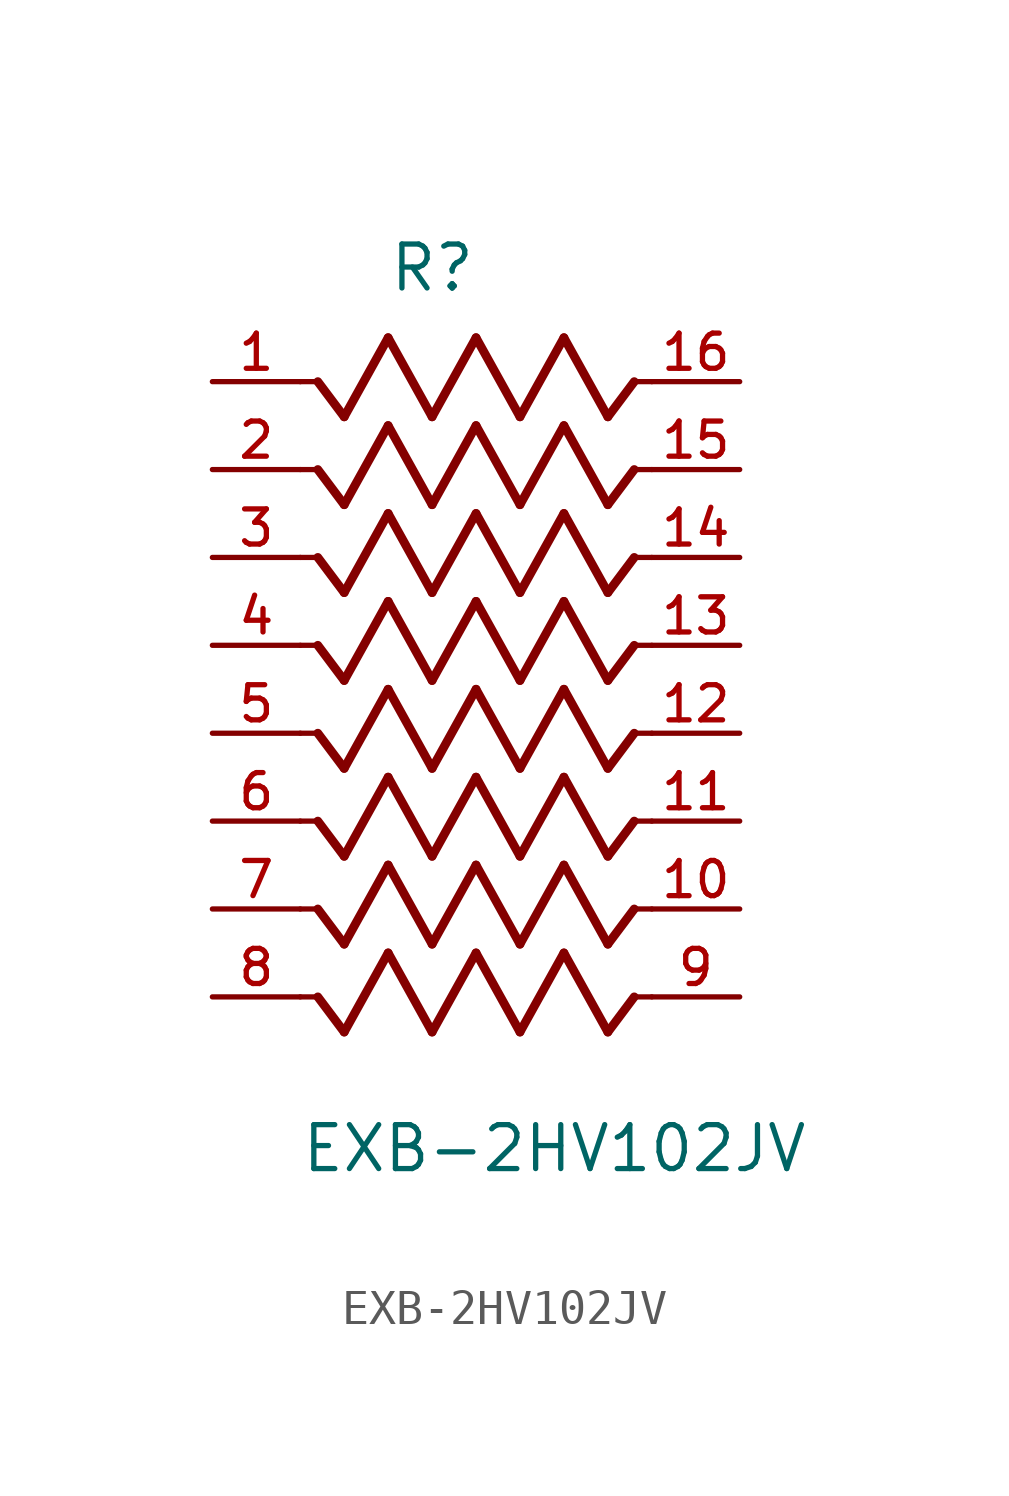
<source format=kicad_sym>
(kicad_symbol_lib
  (version 20211014)
  (generator kicad_symbol_editor)
  (symbol "EXB-2HV102JV"
    (pin_names
      (offset 1.016))
    (property "Reference" "R"
      (at -2.544 2.544 0)
      (effects (font (size 1.27 1.27)) (justify bottom left)))
    (property "Value" "EXB-2HV102JV"
      (at -5.09 -22.905 0)
      (effects (font (size 1.27 1.27)) (justify bottom left)))
    (symbol "EXB-2HV102JV_0_0"
      (polyline (pts (xy 5.08 0.0) (xy 4.572 0.0)) (stroke (width 0.152)))
      (polyline (pts (xy 4.572 0.0) (xy 3.81 -1.016)) (stroke (width 0.254)))
      (polyline (pts (xy 3.81 -1.016) (xy 2.54 1.27)) (stroke (width 0.254)))
      (polyline (pts (xy 2.54 1.27) (xy 1.27 -1.016)) (stroke (width 0.254)))
      (polyline (pts (xy 1.27 -1.016) (xy 0.0 1.27)) (stroke (width 0.254)))
      (polyline (pts (xy 0.0 1.27) (xy -1.27 -1.016)) (stroke (width 0.254)))
      (polyline (pts (xy -1.27 -1.016) (xy -2.54 1.27)) (stroke (width 0.254)))
      (polyline (pts (xy -2.54 1.27) (xy -3.81 -1.016)) (stroke (width 0.254)))
      (polyline (pts (xy -3.81 -1.016) (xy -4.572 0.0)) (stroke (width 0.254)))
      (polyline (pts (xy -4.572 0.0) (xy -5.08 0.0)) (stroke (width 0.152)))
      (polyline (pts (xy 5.08 -2.54) (xy 4.572 -2.54)) (stroke (width 0.152)))
      (polyline (pts (xy 4.572 -2.54) (xy 3.81 -3.556)) (stroke (width 0.254)))
      (polyline (pts (xy 3.81 -3.556) (xy 2.54 -1.27)) (stroke (width 0.254)))
      (polyline (pts (xy 2.54 -1.27) (xy 1.27 -3.556)) (stroke (width 0.254)))
      (polyline (pts (xy 1.27 -3.556) (xy 0.0 -1.27)) (stroke (width 0.254)))
      (polyline (pts (xy 0.0 -1.27) (xy -1.27 -3.556)) (stroke (width 0.254)))
      (polyline (pts (xy -1.27 -3.556) (xy -2.54 -1.27)) (stroke (width 0.254)))
      (polyline (pts (xy -2.54 -1.27) (xy -3.81 -3.556)) (stroke (width 0.254)))
      (polyline (pts (xy -3.81 -3.556) (xy -4.572 -2.54)) (stroke (width 0.254)))
      (polyline (pts (xy -4.572 -2.54) (xy -5.08 -2.54)) (stroke (width 0.152)))
      (polyline (pts (xy 5.08 -5.08) (xy 4.572 -5.08)) (stroke (width 0.152)))
      (polyline (pts (xy 4.572 -5.08) (xy 3.81 -6.096)) (stroke (width 0.254)))
      (polyline (pts (xy 3.81 -6.096) (xy 2.54 -3.81)) (stroke (width 0.254)))
      (polyline (pts (xy 2.54 -3.81) (xy 1.27 -6.096)) (stroke (width 0.254)))
      (polyline (pts (xy 1.27 -6.096) (xy 0.0 -3.81)) (stroke (width 0.254)))
      (polyline (pts (xy 0.0 -3.81) (xy -1.27 -6.096)) (stroke (width 0.254)))
      (polyline (pts (xy -1.27 -6.096) (xy -2.54 -3.81)) (stroke (width 0.254)))
      (polyline (pts (xy -2.54 -3.81) (xy -3.81 -6.096)) (stroke (width 0.254)))
      (polyline (pts (xy -3.81 -6.096) (xy -4.572 -5.08)) (stroke (width 0.254)))
      (polyline (pts (xy -4.572 -5.08) (xy -5.08 -5.08)) (stroke (width 0.152)))
      (polyline (pts (xy 5.08 -7.62) (xy 4.572 -7.62)) (stroke (width 0.152)))
      (polyline (pts (xy 4.572 -7.62) (xy 3.81 -8.636)) (stroke (width 0.254)))
      (polyline (pts (xy 3.81 -8.636) (xy 2.54 -6.35)) (stroke (width 0.254)))
      (polyline (pts (xy 2.54 -6.35) (xy 1.27 -8.636)) (stroke (width 0.254)))
      (polyline (pts (xy 1.27 -8.636) (xy 0.0 -6.35)) (stroke (width 0.254)))
      (polyline (pts (xy 0.0 -6.35) (xy -1.27 -8.636)) (stroke (width 0.254)))
      (polyline (pts (xy -1.27 -8.636) (xy -2.54 -6.35)) (stroke (width 0.254)))
      (polyline (pts (xy -2.54 -6.35) (xy -3.81 -8.636)) (stroke (width 0.254)))
      (polyline (pts (xy -3.81 -8.636) (xy -4.572 -7.62)) (stroke (width 0.254)))
      (polyline (pts (xy -4.572 -7.62) (xy -5.08 -7.62)) (stroke (width 0.152)))
      (polyline (pts (xy 5.08 -10.16) (xy 4.572 -10.16)) (stroke (width 0.152)))
      (polyline (pts (xy 4.572 -10.16) (xy 3.81 -11.176)) (stroke (width 0.254)))
      (polyline (pts (xy 3.81 -11.176) (xy 2.54 -8.89)) (stroke (width 0.254)))
      (polyline (pts (xy 2.54 -8.89) (xy 1.27 -11.176)) (stroke (width 0.254)))
      (polyline (pts (xy 1.27 -11.176) (xy 0.0 -8.89)) (stroke (width 0.254)))
      (polyline (pts (xy 0.0 -8.89) (xy -1.27 -11.176)) (stroke (width 0.254)))
      (polyline (pts (xy -1.27 -11.176) (xy -2.54 -8.89)) (stroke (width 0.254)))
      (polyline (pts (xy -2.54 -8.89) (xy -3.81 -11.176)) (stroke (width 0.254)))
      (polyline (pts (xy -3.81 -11.176) (xy -4.572 -10.16)) (stroke (width 0.254)))
      (polyline (pts (xy -4.572 -10.16) (xy -5.08 -10.16)) (stroke (width 0.152)))
      (polyline (pts (xy 5.08 -12.7) (xy 4.572 -12.7)) (stroke (width 0.152)))
      (polyline (pts (xy 4.572 -12.7) (xy 3.81 -13.716)) (stroke (width 0.254)))
      (polyline (pts (xy 3.81 -13.716) (xy 2.54 -11.43)) (stroke (width 0.254)))
      (polyline (pts (xy 2.54 -11.43) (xy 1.27 -13.716)) (stroke (width 0.254)))
      (polyline (pts (xy 1.27 -13.716) (xy 0.0 -11.43)) (stroke (width 0.254)))
      (polyline (pts (xy 0.0 -11.43) (xy -1.27 -13.716)) (stroke (width 0.254)))
      (polyline (pts (xy -1.27 -13.716) (xy -2.54 -11.43)) (stroke (width 0.254)))
      (polyline (pts (xy -2.54 -11.43) (xy -3.81 -13.716)) (stroke (width 0.254)))
      (polyline (pts (xy -3.81 -13.716) (xy -4.572 -12.7)) (stroke (width 0.254)))
      (polyline (pts (xy -4.572 -12.7) (xy -5.08 -12.7)) (stroke (width 0.152)))
      (polyline (pts (xy 5.08 -15.24) (xy 4.572 -15.24)) (stroke (width 0.152)))
      (polyline (pts (xy 4.572 -15.24) (xy 3.81 -16.256)) (stroke (width 0.254)))
      (polyline (pts (xy 3.81 -16.256) (xy 2.54 -13.97)) (stroke (width 0.254)))
      (polyline (pts (xy 2.54 -13.97) (xy 1.27 -16.256)) (stroke (width 0.254)))
      (polyline (pts (xy 1.27 -16.256) (xy 0.0 -13.97)) (stroke (width 0.254)))
      (polyline (pts (xy 0.0 -13.97) (xy -1.27 -16.256)) (stroke (width 0.254)))
      (polyline (pts (xy -1.27 -16.256) (xy -2.54 -13.97)) (stroke (width 0.254)))
      (polyline (pts (xy -2.54 -13.97) (xy -3.81 -16.256)) (stroke (width 0.254)))
      (polyline (pts (xy -3.81 -16.256) (xy -4.572 -15.24)) (stroke (width 0.254)))
      (polyline (pts (xy -4.572 -15.24) (xy -5.08 -15.24)) (stroke (width 0.152)))
      (polyline (pts (xy 5.08 -17.78) (xy 4.572 -17.78)) (stroke (width 0.152)))
      (polyline (pts (xy 4.572 -17.78) (xy 3.81 -18.796)) (stroke (width 0.254)))
      (polyline (pts (xy 3.81 -18.796) (xy 2.54 -16.51)) (stroke (width 0.254)))
      (polyline (pts (xy 2.54 -16.51) (xy 1.27 -18.796)) (stroke (width 0.254)))
      (polyline (pts (xy 1.27 -18.796) (xy 0.0 -16.51)) (stroke (width 0.254)))
      (polyline (pts (xy 0.0 -16.51) (xy -1.27 -18.796)) (stroke (width 0.254)))
      (polyline (pts (xy -1.27 -18.796) (xy -2.54 -16.51)) (stroke (width 0.254)))
      (polyline (pts (xy -2.54 -16.51) (xy -3.81 -18.796)) (stroke (width 0.254)))
      (polyline (pts (xy -3.81 -18.796) (xy -4.572 -17.78)) (stroke (width 0.254)))
      (polyline (pts (xy -4.572 -17.78) (xy -5.08 -17.78)) (stroke (width 0.152)))
      (pin passive line (at -7.62 -2.54 0) (length 2.54) (name "~" (effects (font (size 1.016 1.016)))) (number "2" (effects (font (size 1.016 1.016)))))
      (pin passive line (at -7.62 0.0 0) (length 2.54) (name "~" (effects (font (size 1.016 1.016)))) (number "1" (effects (font (size 1.016 1.016)))))
      (pin passive line (at -7.62 -5.08 0) (length 2.54) (name "~" (effects (font (size 1.016 1.016)))) (number "3" (effects (font (size 1.016 1.016)))))
      (pin passive line (at -7.62 -7.62 0) (length 2.54) (name "~" (effects (font (size 1.016 1.016)))) (number "4" (effects (font (size 1.016 1.016)))))
      (pin passive line (at -7.62 -10.16 0) (length 2.54) (name "~" (effects (font (size 1.016 1.016)))) (number "5" (effects (font (size 1.016 1.016)))))
      (pin passive line (at -7.62 -12.7 0) (length 2.54) (name "~" (effects (font (size 1.016 1.016)))) (number "6" (effects (font (size 1.016 1.016)))))
      (pin passive line (at -7.62 -15.24 0) (length 2.54) (name "~" (effects (font (size 1.016 1.016)))) (number "7" (effects (font (size 1.016 1.016)))))
      (pin passive line (at -7.62 -17.78 0) (length 2.54) (name "~" (effects (font (size 1.016 1.016)))) (number "8" (effects (font (size 1.016 1.016)))))
      (pin passive line (at 7.62 -17.78 180.0) (length 2.54) (name "~" (effects (font (size 1.016 1.016)))) (number "9" (effects (font (size 1.016 1.016)))))
      (pin passive line (at 7.62 -15.24 180.0) (length 2.54) (name "~" (effects (font (size 1.016 1.016)))) (number "10" (effects (font (size 1.016 1.016)))))
      (pin passive line (at 7.62 -12.7 180.0) (length 2.54) (name "~" (effects (font (size 1.016 1.016)))) (number "11" (effects (font (size 1.016 1.016)))))
      (pin passive line (at 7.62 -10.16 180.0) (length 2.54) (name "~" (effects (font (size 1.016 1.016)))) (number "12" (effects (font (size 1.016 1.016)))))
      (pin passive line (at 7.62 -7.62 180.0) (length 2.54) (name "~" (effects (font (size 1.016 1.016)))) (number "13" (effects (font (size 1.016 1.016)))))
      (pin passive line (at 7.62 -5.08 180.0) (length 2.54) (name "~" (effects (font (size 1.016 1.016)))) (number "14" (effects (font (size 1.016 1.016)))))
      (pin passive line (at 7.62 -2.54 180.0) (length 2.54) (name "~" (effects (font (size 1.016 1.016)))) (number "15" (effects (font (size 1.016 1.016)))))
      (pin passive line (at 7.62 0.0 180.0) (length 2.54) (name "~" (effects (font (size 1.016 1.016)))) (number "16" (effects (font (size 1.016 1.016))))))))
</source>
